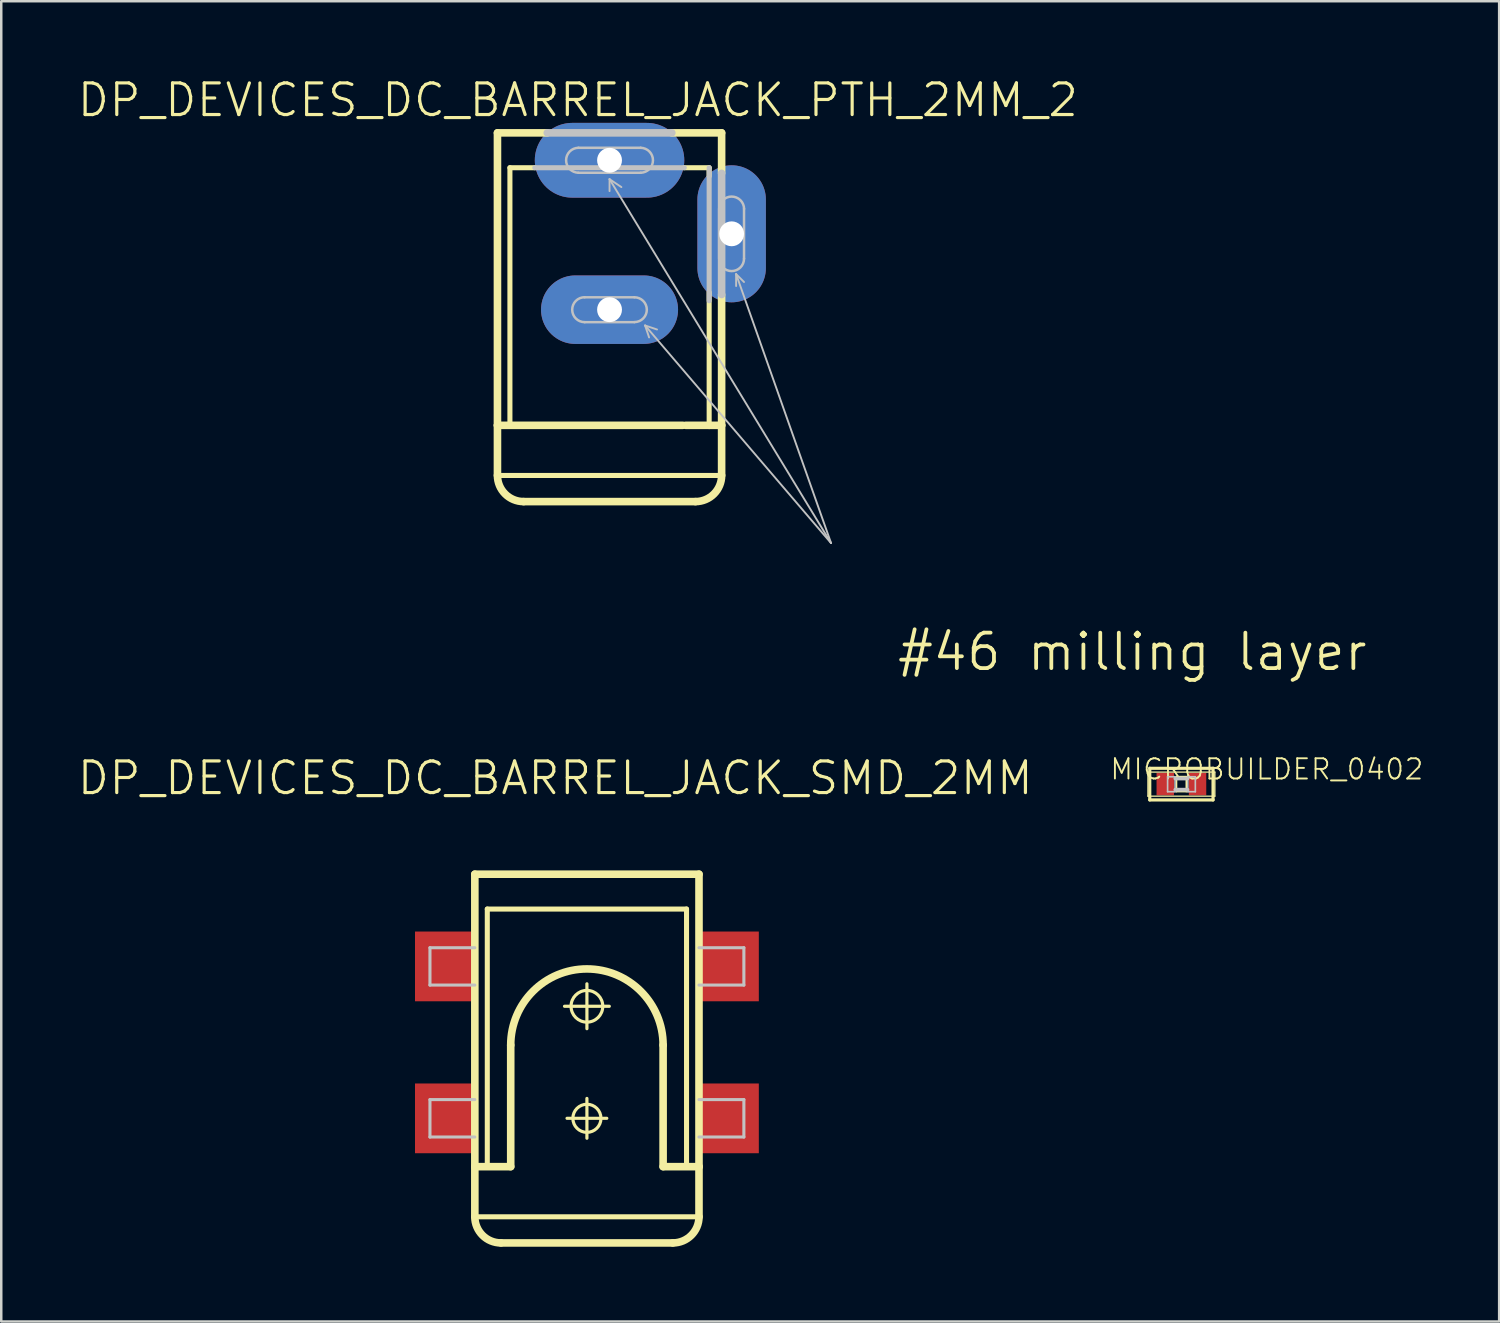
<source format=kicad_pcb>
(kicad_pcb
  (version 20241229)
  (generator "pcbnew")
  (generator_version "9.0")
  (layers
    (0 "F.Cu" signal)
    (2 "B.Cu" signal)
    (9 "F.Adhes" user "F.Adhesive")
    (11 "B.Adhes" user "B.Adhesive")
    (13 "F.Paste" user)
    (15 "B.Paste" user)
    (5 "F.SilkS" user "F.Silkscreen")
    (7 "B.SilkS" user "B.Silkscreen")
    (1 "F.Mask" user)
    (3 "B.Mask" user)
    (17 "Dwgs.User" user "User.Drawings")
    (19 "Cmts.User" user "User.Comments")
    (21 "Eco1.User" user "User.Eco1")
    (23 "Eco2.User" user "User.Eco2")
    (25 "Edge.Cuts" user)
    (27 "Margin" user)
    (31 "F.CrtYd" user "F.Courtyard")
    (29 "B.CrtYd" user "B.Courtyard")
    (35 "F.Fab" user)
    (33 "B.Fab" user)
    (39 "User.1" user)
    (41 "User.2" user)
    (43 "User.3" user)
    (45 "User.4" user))
  (footprint "DP_DEVICES_DC_BARREL_JACK_SMD_2MM"
    (layer "F.Cu")
    (at 20.504 39.607)
    (property "Reference" "DP_DEVICES_DC_BARREL_JACK_SMD_2MM" (at -1.27 -11.43 0) (layer "F.SilkS") (effects (font (size 1.27 1.27) (thickness 0.127))))
    (attr smd)
    (fp_line (start -4.498 -7.574) (end 4.498 -7.574) (stroke (width 0.305) (type solid)) (layer "F.SilkS"))
    (fp_line (start -4.498 4.163) (end -4.498 -7.574) (stroke (width 0.305) (type solid)) (layer "F.SilkS"))
    (fp_line (start -4.498 4.163) (end -3.058 4.163) (stroke (width 0.305) (type solid)) (layer "F.SilkS"))
    (fp_line (start -4.498 6.175) (end -4.498 4.163) (stroke (width 0.305) (type solid)) (layer "F.SilkS"))
    (fp_line (start -4.498 6.175) (end 4.498 6.175) (stroke (width 0.203) (type solid)) (layer "F.SilkS"))
    (fp_line (start -3.998 -6.175) (end 3.998 -6.175) (stroke (width 0.203) (type solid)) (layer "F.SilkS"))
    (fp_line (start -3.998 4.163) (end -3.998 -6.175) (stroke (width 0.203) (type solid)) (layer "F.SilkS"))
    (fp_line (start -3.449 7.224) (end 3.449 7.224) (stroke (width 0.305) (type solid)) (layer "F.SilkS"))
    (fp_line (start -3.058 4.163) (end -3.058 -0.714) (stroke (width 0.305) (type solid)) (layer "F.SilkS"))
    (fp_line (start -0.899 -2.273) (end 0.899 -2.273) (stroke (width 0.127) (type solid)) (layer "F.SilkS"))
    (fp_line (start -0.798 2.223) (end 0.798 2.223) (stroke (width 0.127) (type solid)) (layer "F.SilkS"))
    (fp_line (start 0 -1.374) (end 0 -3.175) (stroke (width 0.127) (type solid)) (layer "F.SilkS"))
    (fp_line (start 0 3.023) (end 0 1.425) (stroke (width 0.127) (type solid)) (layer "F.SilkS"))
    (fp_line (start 3.058 4.163) (end 3.058 -0.714) (stroke (width 0.305) (type solid)) (layer "F.SilkS"))
    (fp_line (start 3.058 4.163) (end 4.498 4.163) (stroke (width 0.305) (type solid)) (layer "F.SilkS"))
    (fp_line (start 3.998 -6.175) (end 3.998 4.163) (stroke (width 0.203) (type solid)) (layer "F.SilkS"))
    (fp_line (start 4.498 -7.574) (end 4.498 4.163) (stroke (width 0.305) (type solid)) (layer "F.SilkS"))
    (fp_line (start 4.498 4.163) (end 4.498 6.175) (stroke (width 0.305) (type solid)) (layer "F.SilkS"))
    (fp_arc (start -3.44932 7.22376) (mid -4.191089 6.916509) (end -4.49834 6.17474) (stroke (width 0.3048) (type solid)) (layer "F.SilkS"))
    (fp_arc (start -3.05816 -0.71374) (mid 0 -3.7719) (end 3.05816 -0.71374) (stroke (width 0.3048) (type solid)) (layer "F.SilkS"))
    (fp_arc (start 4.49834 6.17474) (mid 4.191089 6.916509) (end 3.44932 7.22376) (stroke (width 0.3048) (type solid)) (layer "F.SilkS"))
    (fp_circle (center 0 -2.273) (end -0.45 -2.723) (stroke (width 0.127) (type solid)) (fill no) (layer "F.SilkS"))
    (fp_circle (center 0 2.223) (end -0.399 2.621) (stroke (width 0.127) (type solid)) (fill no) (layer "F.SilkS"))
    (fp_line (start -6.299 -4.623) (end -4.498 -4.623) (stroke (width 0.124) (type solid)) (layer "Dwgs.User"))
    (fp_line (start -6.299 -3.124) (end -6.299 -4.623) (stroke (width 0.124) (type solid)) (layer "Dwgs.User"))
    (fp_line (start -6.299 1.473) (end -4.498 1.473) (stroke (width 0.124) (type solid)) (layer "Dwgs.User"))
    (fp_line (start -6.299 2.974) (end -6.299 1.473) (stroke (width 0.124) (type solid)) (layer "Dwgs.User"))
    (fp_line (start -4.498 -3.124) (end -6.299 -3.124) (stroke (width 0.124) (type solid)) (layer "Dwgs.User"))
    (fp_line (start -4.498 2.974) (end -6.299 2.974) (stroke (width 0.124) (type solid)) (layer "Dwgs.User"))
    (fp_line (start 4.498 -3.124) (end 6.299 -3.124) (stroke (width 0.124) (type solid)) (layer "Dwgs.User"))
    (fp_line (start 4.498 2.974) (end 6.299 2.974) (stroke (width 0.124) (type solid)) (layer "Dwgs.User"))
    (fp_line (start 6.299 -4.623) (end 4.498 -4.623) (stroke (width 0.124) (type solid)) (layer "Dwgs.User"))
    (fp_line (start 6.299 -3.124) (end 6.299 -4.623) (stroke (width 0.124) (type solid)) (layer "Dwgs.User"))
    (fp_line (start 6.299 1.473) (end 4.498 1.473) (stroke (width 0.124) (type solid)) (layer "Dwgs.User"))
    (fp_line (start 6.299 2.974) (end 6.299 1.473) (stroke (width 0.124) (type solid)) (layer "Dwgs.User"))
    (pad "P1@1" smd rect (at -5.7 -3.873) (size 2.398 2.799) (layers "F.Cu" "F.Mask" "F.Paste"))
    (pad "P1@2" smd rect (at -5.7 2.225) (size 2.398 2.799) (layers "F.Cu" "F.Mask" "F.Paste"))
    (pad "P2" smd rect (at 5.7 2.225) (size 2.398 2.799) (layers "F.Cu" "F.Mask" "F.Paste"))
    (pad "P3" smd rect (at 5.7 -3.873) (size 2.398 2.799) (layers "F.Cu" "F.Mask" "F.Paste")))
  (footprint "DP_DEVICES_DC_BARREL_JACK_PTH_2MM_2"
    (layer "F.Cu")
    (at 21.412 8.586)
    (property "Reference" "DP_DEVICES_DC_BARREL_JACK_PTH_2MM_2" (at -1.27 -7.62 0) (layer "F.SilkS") (effects (font (size 1.27 1.27) (thickness 0.127))))
    (attr exclude_from_pos_files exclude_from_bom)
    (fp_line (start -4.498 -6.304) (end -2.499 -6.304) (stroke (width 0.305) (type solid)) (layer "F.SilkS"))
    (fp_line (start -4.498 5.433) (end -4.498 -6.304) (stroke (width 0.305) (type solid)) (layer "F.SilkS"))
    (fp_line (start -4.498 5.433) (end 2.939 5.433) (stroke (width 0.305) (type solid)) (layer "F.SilkS"))
    (fp_line (start -4.498 7.445) (end -4.498 5.433) (stroke (width 0.305) (type solid)) (layer "F.SilkS"))
    (fp_line (start -4.498 7.445) (end 4.498 7.445) (stroke (width 0.203) (type solid)) (layer "F.SilkS"))
    (fp_line (start -3.998 -4.905) (end -3 -4.905) (stroke (width 0.203) (type solid)) (layer "F.SilkS"))
    (fp_line (start -3.998 5.433) (end -3.998 -4.905) (stroke (width 0.203) (type solid)) (layer "F.SilkS"))
    (fp_line (start -3.449 8.494) (end 3.449 8.494) (stroke (width 0.305) (type solid)) (layer "F.SilkS"))
    (fp_line (start 2.499 -6.304) (end 4.498 -6.304) (stroke (width 0.305) (type solid)) (layer "F.SilkS"))
    (fp_line (start 3 -4.905) (end 3.998 -4.905) (stroke (width 0.203) (type solid)) (layer "F.SilkS"))
    (fp_line (start 3.058 5.433) (end 3.998 5.433) (stroke (width 0.305) (type solid)) (layer "F.SilkS"))
    (fp_line (start 3.998 -4.905) (end 3.998 -4.564) (stroke (width 0.203) (type solid)) (layer "F.SilkS"))
    (fp_line (start 3.998 0.094) (end 3.998 5.433) (stroke (width 0.203) (type solid)) (layer "F.SilkS"))
    (fp_line (start 3.998 5.433) (end 4.498 5.433) (stroke (width 0.305) (type solid)) (layer "F.SilkS"))
    (fp_line (start 4.498 -6.304) (end 4.498 -4.689) (stroke (width 0.305) (type solid)) (layer "F.SilkS"))
    (fp_line (start 4.498 0.193) (end 4.498 5.433) (stroke (width 0.305) (type solid)) (layer "F.SilkS"))
    (fp_line (start 4.498 5.433) (end 4.498 7.445) (stroke (width 0.305) (type solid)) (layer "F.SilkS"))
    (fp_arc (start -3.44932 8.49376) (mid -4.191089 8.186509) (end -4.49834 7.44474) (stroke (width 0.3048) (type solid)) (layer "F.SilkS"))
    (fp_arc (start 4.49834 7.44474) (mid 4.191089 8.186509) (end 3.44932 8.49376) (stroke (width 0.3048) (type solid)) (layer "F.SilkS"))
    (fp_line (start -3 -4.905) (end 3 -4.905) (stroke (width 0.203) (type solid)) (layer "Dwgs.User"))
    (fp_line (start -2.499 -6.304) (end 2.499 -6.304) (stroke (width 0.305) (type solid)) (layer "Dwgs.User"))
    (fp_line (start -1.25 -5.705) (end 1.25 -5.705) (stroke (width 0.1) (type solid)) (layer "Dwgs.User"))
    (fp_line (start -0.998 0.295) (end 0.998 0.295) (stroke (width 0.1) (type solid)) (layer "Dwgs.User"))
    (fp_line (start 0 -4.445) (end 0 -3.967) (stroke (width 0.076) (type solid)) (layer "Dwgs.User"))
    (fp_line (start 0 -4.445) (end 0.475 -4.128) (stroke (width 0.076) (type solid)) (layer "Dwgs.User"))
    (fp_line (start 0 -4.445) (end 8.89 10.16) (stroke (width 0.076) (type solid)) (layer "Dwgs.User"))
    (fp_line (start 0.998 1.293) (end -0.998 1.293) (stroke (width 0.1) (type solid)) (layer "Dwgs.User"))
    (fp_line (start 1.25 -4.704) (end -1.25 -4.704) (stroke (width 0.1) (type solid)) (layer "Dwgs.User"))
    (fp_line (start 1.427 1.427) (end 1.587 1.905) (stroke (width 0.076) (type solid)) (layer "Dwgs.User"))
    (fp_line (start 1.427 1.427) (end 1.905 1.587) (stroke (width 0.076) (type solid)) (layer "Dwgs.User"))
    (fp_line (start 1.427 1.427) (end 8.89 10.16) (stroke (width 0.076) (type solid)) (layer "Dwgs.User"))
    (fp_line (start 3.998 -4.905) (end 3.998 0.434) (stroke (width 0.203) (type solid)) (layer "Dwgs.User"))
    (fp_line (start 4.399 -1.255) (end 4.399 -3.254) (stroke (width 0.1) (type solid)) (layer "Dwgs.User"))
    (fp_line (start 4.498 -4.679) (end 4.498 0.183) (stroke (width 0.305) (type solid)) (layer "Dwgs.User"))
    (fp_line (start 5.08 -0.635) (end 5.08 -0.157) (stroke (width 0.076) (type solid)) (layer "Dwgs.User"))
    (fp_line (start 5.08 -0.635) (end 5.397 -0.318) (stroke (width 0.076) (type solid)) (layer "Dwgs.User"))
    (fp_line (start 5.08 -0.635) (end 8.89 10.16) (stroke (width 0.076) (type solid)) (layer "Dwgs.User"))
    (fp_line (start 5.397 -3.254) (end 5.397 -1.255) (stroke (width 0.1) (type solid)) (layer "Dwgs.User"))
    (fp_arc (start -1.24968 -4.70408) (mid -1.75006 -5.20446) (end -1.24968 -5.70484) (stroke (width 0.1) (type solid)) (layer "Dwgs.User"))
    (fp_arc (start -0.99822 1.29286) (mid -1.4986 0.79248) (end -0.99822 0.2921) (stroke (width 0.1) (type solid)) (layer "Dwgs.User"))
    (fp_arc (start 0.99822 0.29464) (mid 1.49606 0.79248) (end 0.99822 1.29032) (stroke (width 0.1) (type solid)) (layer "Dwgs.User"))
    (fp_arc (start 1.24968 -5.70484) (mid 1.75006 -5.20446) (end 1.24968 -4.70408) (stroke (width 0.1) (type solid)) (layer "Dwgs.User"))
    (fp_arc (start 4.39928 -3.25374) (mid 4.89966 -3.75412) (end 5.40004 -3.25374) (stroke (width 0.1) (type solid)) (layer "Dwgs.User"))
    (fp_arc (start 5.3975 -1.25476) (mid 4.89966 -0.75692) (end 4.40182 -1.25476) (stroke (width 0.1) (type solid)) (layer "Dwgs.User"))
    (fp_text user "#46 milling layer" (at 20.98 14.526 0) (layer "F.SilkS") (effects (font (size 1.422 1.422) (thickness 0.152))))
    (pad "P1" thru_hole oval (at 0 -5.204 90) (size 3 5.999) (drill 0.998) (layers "*.Cu" "*.Paste" "*.Mask"))
    (pad "P2" thru_hole oval (at 4.9 -2.253 180) (size 2.748 5.499) (drill 0.998) (layers "*.Cu" "*.Paste" "*.Mask"))
    (pad "P3" thru_hole oval (at 0 0.792 90) (size 2.748 5.499) (drill 0.998) (layers "*.Cu" "*.Paste" "*.Mask")))
  (footprint "MICROBUILDER_0402"
    (layer "F.Cu")
    (at 44.362 28.418)
    (property "Reference" "MICROBUILDER_0402" (at 3.429 -0.597 0) (layer "F.SilkS") (effects (font (size 0.813 0.813) (thickness 0.076))))
    (attr smd)
    (fp_line (start -1.344 -0.483) (end 1.344 -0.483) (stroke (width 0.051) (type solid)) (layer "F.SilkS"))
    (fp_line (start -1.344 0.483) (end -1.344 -0.483) (stroke (width 0.051) (type solid)) (layer "F.SilkS"))
    (fp_line (start -1.27 -0.635) (end 1.27 -0.635) (stroke (width 0.127) (type solid)) (layer "F.SilkS"))
    (fp_line (start -1.27 0.635) (end -1.27 -0.635) (stroke (width 0.127) (type solid)) (layer "F.SilkS"))
    (fp_line (start -0.198 -0.3) (end 0.198 -0.3) (stroke (width 0.066) (type solid)) (layer "F.SilkS"))
    (fp_line (start -0.198 0.3) (end -0.198 -0.3) (stroke (width 0.066) (type solid)) (layer "F.SilkS"))
    (fp_line (start -0.198 0.3) (end 0.198 0.3) (stroke (width 0.066) (type solid)) (layer "F.SilkS"))
    (fp_line (start 0.198 0.3) (end 0.198 -0.3) (stroke (width 0.066) (type solid)) (layer "F.SilkS"))
    (fp_line (start 1.27 -0.635) (end 1.27 0.635) (stroke (width 0.127) (type solid)) (layer "F.SilkS"))
    (fp_line (start 1.27 0.635) (end -1.27 0.635) (stroke (width 0.127) (type solid)) (layer "F.SilkS"))
    (fp_line (start 1.344 -0.483) (end 1.344 0.483) (stroke (width 0.051) (type solid)) (layer "F.SilkS"))
    (fp_line (start 1.344 0.483) (end -1.344 0.483) (stroke (width 0.051) (type solid)) (layer "F.SilkS"))
    (fp_line (start -0.554 -0.295) (end -0.254 -0.295) (stroke (width 0.066) (type solid)) (layer "Dwgs.User"))
    (fp_line (start -0.554 0.305) (end -0.554 -0.295) (stroke (width 0.066) (type solid)) (layer "Dwgs.User"))
    (fp_line (start -0.554 0.305) (end -0.254 0.305) (stroke (width 0.066) (type solid)) (layer "Dwgs.User"))
    (fp_line (start -0.254 0.305) (end -0.254 -0.295) (stroke (width 0.066) (type solid)) (layer "Dwgs.User"))
    (fp_line (start -0.244 -0.224) (end 0.244 -0.224) (stroke (width 0.152) (type solid)) (layer "Dwgs.User"))
    (fp_line (start 0.244 0.224) (end -0.244 0.224) (stroke (width 0.152) (type solid)) (layer "Dwgs.User"))
    (fp_line (start 0.257 -0.295) (end 0.559 -0.295) (stroke (width 0.066) (type solid)) (layer "Dwgs.User"))
    (fp_line (start 0.257 0.305) (end 0.257 -0.295) (stroke (width 0.066) (type solid)) (layer "Dwgs.User"))
    (fp_line (start 0.257 0.305) (end 0.559 0.305) (stroke (width 0.066) (type solid)) (layer "Dwgs.User"))
    (fp_line (start 0.559 0.305) (end 0.559 -0.295) (stroke (width 0.066) (type solid)) (layer "Dwgs.User"))
    (pad "1" smd rect (at -0.648 0) (size 0.699 0.899) (layers "F.Cu" "F.Mask" "F.Paste"))
    (pad "2" smd rect (at 0.648 0) (size 0.699 0.899) (layers "F.Cu" "F.Mask" "F.Paste")))
  (gr_rect
    (start -3 -3)
    (end 57.114 49.984)
    (stroke (width 0.1) (type default))
    (fill no)
    (layer "Edge.Cuts")))
</source>
